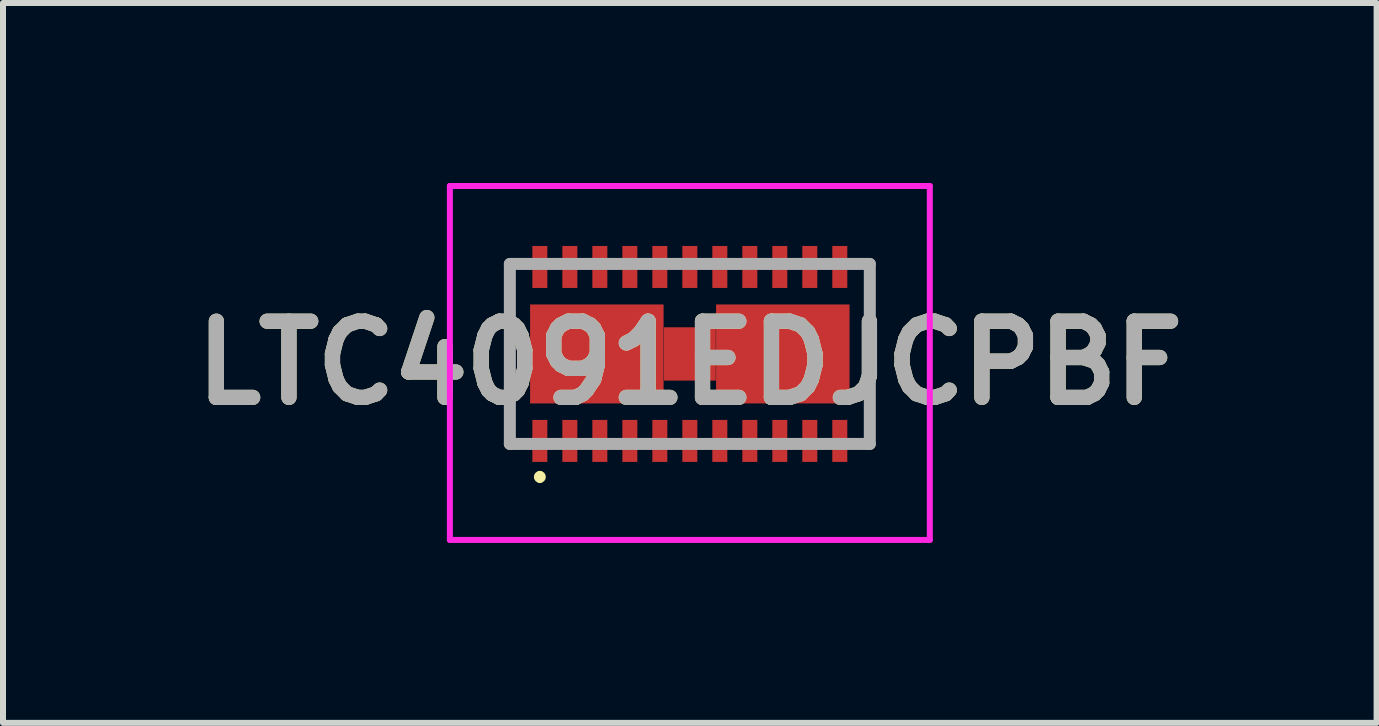
<source format=kicad_pcb>
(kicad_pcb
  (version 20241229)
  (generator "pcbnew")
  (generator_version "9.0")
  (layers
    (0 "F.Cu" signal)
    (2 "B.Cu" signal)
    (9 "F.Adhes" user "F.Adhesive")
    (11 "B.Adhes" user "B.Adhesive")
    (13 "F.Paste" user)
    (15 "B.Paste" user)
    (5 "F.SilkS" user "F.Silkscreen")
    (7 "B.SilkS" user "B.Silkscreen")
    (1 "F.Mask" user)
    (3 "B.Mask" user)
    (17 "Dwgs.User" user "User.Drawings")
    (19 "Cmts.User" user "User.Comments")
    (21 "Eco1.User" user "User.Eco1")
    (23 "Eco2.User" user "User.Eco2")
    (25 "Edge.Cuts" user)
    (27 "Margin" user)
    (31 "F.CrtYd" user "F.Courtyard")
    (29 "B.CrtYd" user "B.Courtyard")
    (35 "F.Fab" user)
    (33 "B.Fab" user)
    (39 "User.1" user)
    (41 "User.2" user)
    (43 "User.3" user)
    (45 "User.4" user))
  (footprint "LTC4091EDJCPBF"
    (layer "F.Cu")
    (at 8.449 2.85)
    (property "Reference" "LTC4091EDJCPBF" (at 0 0.15 0) (layer "F.SilkS") (effects (font (size 1.27 1.27) (thickness 0.254))))
    (attr smd)
    (fp_line (start -3 -1.5) (end -3 1.5) (stroke (width 0.1) (type solid)) (layer "F.SilkS"))
    (fp_line (start -3 1.5) (end -2.8 1.5) (stroke (width 0.1) (type solid)) (layer "F.SilkS"))
    (fp_line (start -2.8 -1.5) (end -3 -1.5) (stroke (width 0.1) (type solid)) (layer "F.SilkS"))
    (fp_line (start -2.5 2) (end -2.5 2) (stroke (width 0.1) (type solid)) (layer "F.SilkS"))
    (fp_line (start -2.5 2.1) (end -2.5 2.1) (stroke (width 0.1) (type solid)) (layer "F.SilkS"))
    (fp_line (start 2.8 -1.5) (end 3 -1.5) (stroke (width 0.1) (type solid)) (layer "F.SilkS"))
    (fp_line (start 3 -1.5) (end 3 1.5) (stroke (width 0.1) (type solid)) (layer "F.SilkS"))
    (fp_line (start 3 1.5) (end 2.8 1.5) (stroke (width 0.1) (type solid)) (layer "F.SilkS"))
    (fp_arc (start -2.5 2) (mid -2.45 2.05) (end -2.5 2.1) (stroke (width 0.1) (type solid)) (layer "F.SilkS"))
    (fp_arc (start -2.5 2.1) (mid -2.55 2.05) (end -2.5 2) (stroke (width 0.1) (type solid)) (layer "F.SilkS"))
    (fp_line (start -4 -2.8) (end 4 -2.8) (stroke (width 0.1) (type solid)) (layer "F.CrtYd"))
    (fp_line (start -4 3.1) (end -4 -2.8) (stroke (width 0.1) (type solid)) (layer "F.CrtYd"))
    (fp_line (start 4 -2.8) (end 4 3.1) (stroke (width 0.1) (type solid)) (layer "F.CrtYd"))
    (fp_line (start 4 3.1) (end -4 3.1) (stroke (width 0.1) (type solid)) (layer "F.CrtYd"))
    (fp_line (start -3 -1.5) (end 3 -1.5) (stroke (width 0.2) (type solid)) (layer "F.Fab"))
    (fp_line (start -3 1.5) (end -3 -1.5) (stroke (width 0.2) (type solid)) (layer "F.Fab"))
    (fp_line (start 3 -1.5) (end 3 1.5) (stroke (width 0.2) (type solid)) (layer "F.Fab"))
    (fp_line (start 3 1.5) (end -3 1.5) (stroke (width 0.2) (type solid)) (layer "F.Fab"))
    (fp_text user "${REFERENCE}" (at 0 0.15 0) (layer "F.Fab") (effects (font (size 1.27 1.27) (thickness 0.254))))
    (pad "1" smd rect (at -2.5 1.45) (size 0.25 0.7) (layers "F.Cu" "F.Mask" "F.Paste"))
    (pad "2" smd rect (at -2 1.45) (size 0.25 0.7) (layers "F.Cu" "F.Mask" "F.Paste"))
    (pad "3" smd rect (at -1.5 1.45) (size 0.25 0.7) (layers "F.Cu" "F.Mask" "F.Paste"))
    (pad "4" smd rect (at -1 1.45) (size 0.25 0.7) (layers "F.Cu" "F.Mask" "F.Paste"))
    (pad "5" smd rect (at -0.5 1.45) (size 0.25 0.7) (layers "F.Cu" "F.Mask" "F.Paste"))
    (pad "6" smd rect (at 0 1.45) (size 0.25 0.7) (layers "F.Cu" "F.Mask" "F.Paste"))
    (pad "7" smd rect (at 0.5 1.45) (size 0.25 0.7) (layers "F.Cu" "F.Mask" "F.Paste"))
    (pad "8" smd rect (at 1 1.45) (size 0.25 0.7) (layers "F.Cu" "F.Mask" "F.Paste"))
    (pad "9" smd rect (at 1.5 1.45) (size 0.25 0.7) (layers "F.Cu" "F.Mask" "F.Paste"))
    (pad "10" smd rect (at 2 1.45) (size 0.25 0.7) (layers "F.Cu" "F.Mask" "F.Paste"))
    (pad "11" smd rect (at 2.5 1.45) (size 0.25 0.7) (layers "F.Cu" "F.Mask" "F.Paste"))
    (pad "12" smd rect (at 2.5 -1.45) (size 0.25 0.7) (layers "F.Cu" "F.Mask" "F.Paste"))
    (pad "13" smd rect (at 2 -1.45) (size 0.25 0.7) (layers "F.Cu" "F.Mask" "F.Paste"))
    (pad "14" smd rect (at 1.5 -1.45) (size 0.25 0.7) (layers "F.Cu" "F.Mask" "F.Paste"))
    (pad "15" smd rect (at 1 -1.45) (size 0.25 0.7) (layers "F.Cu" "F.Mask" "F.Paste"))
    (pad "16" smd rect (at 0.5 -1.45) (size 0.25 0.7) (layers "F.Cu" "F.Mask" "F.Paste"))
    (pad "17" smd rect (at 0 -1.45) (size 0.25 0.7) (layers "F.Cu" "F.Mask" "F.Paste"))
    (pad "18" smd rect (at -0.5 -1.45) (size 0.25 0.7) (layers "F.Cu" "F.Mask" "F.Paste"))
    (pad "19" smd rect (at -1 -1.45) (size 0.25 0.7) (layers "F.Cu" "F.Mask" "F.Paste"))
    (pad "20" smd rect (at -1.5 -1.45) (size 0.25 0.7) (layers "F.Cu" "F.Mask" "F.Paste"))
    (pad "21" smd rect (at -2 -1.45) (size 0.25 0.7) (layers "F.Cu" "F.Mask" "F.Paste"))
    (pad "22" smd rect (at -2.5 -1.45) (size 0.25 0.7) (layers "F.Cu" "F.Mask" "F.Paste"))
    (pad "23" smd rect (at -1.55 0 90) (size 1.65 2.225) (layers "F.Cu" "F.Mask" "F.Paste"))
    (pad "24" smd rect (at 0 0) (size 0.865 0.889) (layers "F.Cu" "F.Mask" "F.Paste"))
    (pad "25" smd rect (at 1.55 0 90) (size 1.65 2.225) (layers "F.Cu" "F.Mask" "F.Paste")))
  (gr_rect
    (start -3 -3)
    (end 19.897 9)
    (stroke (width 0.1) (type default))
    (fill no)
    (layer "Edge.Cuts")))
</source>
